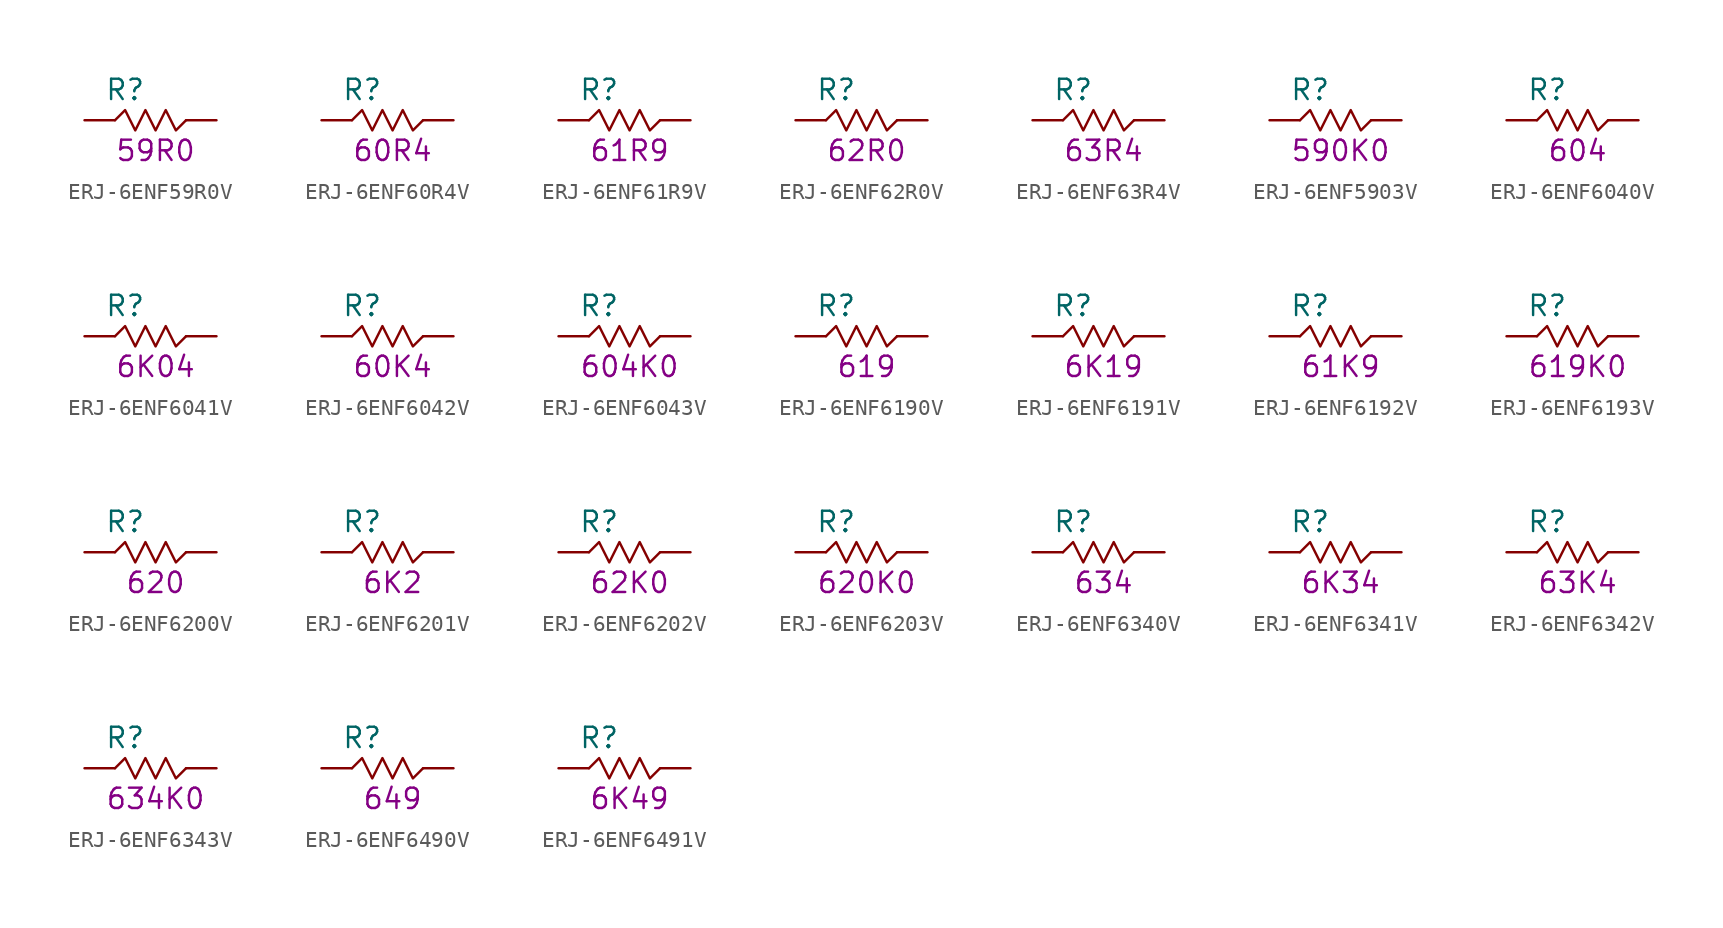
<source format=kicad_sym>
(kicad_symbol_lib
  (version 20211014)
  (generator KiCadLib_py)
  (symbol "ERJ-6ENF59R0V"
    (pin_numbers hide)
    (pin_names hide)
    (property "Reference" "R"
      (at -1.905 1.905 0)
      (effects (font (size 1.27 1.27))))
    (property "Val" "59R0"
      (at 0 -1.905 0)
      (effects (font (size 1.27 1.27))))
    (symbol "ERJ-6ENF59R0V_0_1"
      (polyline (pts (xy -2.54 0) (xy -1.905 0.635) (xy -1.27 -0.635) (xy -0.635 0.635) (xy 0 -0.635) (xy 0.635 0.635) (xy 1.27 -0.635) (xy 1.905 0)) (stroke (width 0) (type default) (color 0 0 0 0)) (fill (type none))))
    (symbol "ERJ-6ENF59R0V_1_1"
      (pin passive line (at -4.445 0 0) (length 1.905) (name "~" (effects (font (size 1.27 1.27)))) (number "1" (effects (font (size 1.27 1.27)))))
      (pin passive line (at 3.81 0 180) (length 1.905) (name "~" (effects (font (size 1.27 1.27)))) (number "2" (effects (font (size 1.27 1.27)))))))
  (symbol "ERJ-6ENF60R4V"
    (pin_numbers hide)
    (pin_names hide)
    (property "Reference" "R"
      (at -1.905 1.905 0)
      (effects (font (size 1.27 1.27))))
    (property "Val" "60R4"
      (at 0 -1.905 0)
      (effects (font (size 1.27 1.27))))
    (symbol "ERJ-6ENF60R4V_0_1"
      (polyline (pts (xy -2.54 0) (xy -1.905 0.635) (xy -1.27 -0.635) (xy -0.635 0.635) (xy 0 -0.635) (xy 0.635 0.635) (xy 1.27 -0.635) (xy 1.905 0)) (stroke (width 0) (type default) (color 0 0 0 0)) (fill (type none))))
    (symbol "ERJ-6ENF60R4V_1_1"
      (pin passive line (at -4.445 0 0) (length 1.905) (name "~" (effects (font (size 1.27 1.27)))) (number "1" (effects (font (size 1.27 1.27)))))
      (pin passive line (at 3.81 0 180) (length 1.905) (name "~" (effects (font (size 1.27 1.27)))) (number "2" (effects (font (size 1.27 1.27)))))))
  (symbol "ERJ-6ENF61R9V"
    (pin_numbers hide)
    (pin_names hide)
    (property "Reference" "R"
      (at -1.905 1.905 0)
      (effects (font (size 1.27 1.27))))
    (property "Val" "61R9"
      (at 0 -1.905 0)
      (effects (font (size 1.27 1.27))))
    (symbol "ERJ-6ENF61R9V_0_1"
      (polyline (pts (xy -2.54 0) (xy -1.905 0.635) (xy -1.27 -0.635) (xy -0.635 0.635) (xy 0 -0.635) (xy 0.635 0.635) (xy 1.27 -0.635) (xy 1.905 0)) (stroke (width 0) (type default) (color 0 0 0 0)) (fill (type none))))
    (symbol "ERJ-6ENF61R9V_1_1"
      (pin passive line (at -4.445 0 0) (length 1.905) (name "~" (effects (font (size 1.27 1.27)))) (number "1" (effects (font (size 1.27 1.27)))))
      (pin passive line (at 3.81 0 180) (length 1.905) (name "~" (effects (font (size 1.27 1.27)))) (number "2" (effects (font (size 1.27 1.27)))))))
  (symbol "ERJ-6ENF62R0V"
    (pin_numbers hide)
    (pin_names hide)
    (property "Reference" "R"
      (at -1.905 1.905 0)
      (effects (font (size 1.27 1.27))))
    (property "Val" "62R0"
      (at 0 -1.905 0)
      (effects (font (size 1.27 1.27))))
    (symbol "ERJ-6ENF62R0V_0_1"
      (polyline (pts (xy -2.54 0) (xy -1.905 0.635) (xy -1.27 -0.635) (xy -0.635 0.635) (xy 0 -0.635) (xy 0.635 0.635) (xy 1.27 -0.635) (xy 1.905 0)) (stroke (width 0) (type default) (color 0 0 0 0)) (fill (type none))))
    (symbol "ERJ-6ENF62R0V_1_1"
      (pin passive line (at -4.445 0 0) (length 1.905) (name "~" (effects (font (size 1.27 1.27)))) (number "1" (effects (font (size 1.27 1.27)))))
      (pin passive line (at 3.81 0 180) (length 1.905) (name "~" (effects (font (size 1.27 1.27)))) (number "2" (effects (font (size 1.27 1.27)))))))
  (symbol "ERJ-6ENF63R4V"
    (pin_numbers hide)
    (pin_names hide)
    (property "Reference" "R"
      (at -1.905 1.905 0)
      (effects (font (size 1.27 1.27))))
    (property "Val" "63R4"
      (at 0 -1.905 0)
      (effects (font (size 1.27 1.27))))
    (symbol "ERJ-6ENF63R4V_0_1"
      (polyline (pts (xy -2.54 0) (xy -1.905 0.635) (xy -1.27 -0.635) (xy -0.635 0.635) (xy 0 -0.635) (xy 0.635 0.635) (xy 1.27 -0.635) (xy 1.905 0)) (stroke (width 0) (type default) (color 0 0 0 0)) (fill (type none))))
    (symbol "ERJ-6ENF63R4V_1_1"
      (pin passive line (at -4.445 0 0) (length 1.905) (name "~" (effects (font (size 1.27 1.27)))) (number "1" (effects (font (size 1.27 1.27)))))
      (pin passive line (at 3.81 0 180) (length 1.905) (name "~" (effects (font (size 1.27 1.27)))) (number "2" (effects (font (size 1.27 1.27)))))))
  (symbol "ERJ-6ENF5903V"
    (pin_numbers hide)
    (pin_names hide)
    (property "Reference" "R"
      (at -1.905 1.905 0)
      (effects (font (size 1.27 1.27))))
    (property "Val" "590K0"
      (at 0 -1.905 0)
      (effects (font (size 1.27 1.27))))
    (symbol "ERJ-6ENF5903V_0_1"
      (polyline (pts (xy -2.54 0) (xy -1.905 0.635) (xy -1.27 -0.635) (xy -0.635 0.635) (xy 0 -0.635) (xy 0.635 0.635) (xy 1.27 -0.635) (xy 1.905 0)) (stroke (width 0) (type default) (color 0 0 0 0)) (fill (type none))))
    (symbol "ERJ-6ENF5903V_1_1"
      (pin passive line (at -4.445 0 0) (length 1.905) (name "~" (effects (font (size 1.27 1.27)))) (number "1" (effects (font (size 1.27 1.27)))))
      (pin passive line (at 3.81 0 180) (length 1.905) (name "~" (effects (font (size 1.27 1.27)))) (number "2" (effects (font (size 1.27 1.27)))))))
  (symbol "ERJ-6ENF6040V"
    (pin_numbers hide)
    (pin_names hide)
    (property "Reference" "R"
      (at -1.905 1.905 0)
      (effects (font (size 1.27 1.27))))
    (property "Val" "604"
      (at 0 -1.905 0)
      (effects (font (size 1.27 1.27))))
    (symbol "ERJ-6ENF6040V_0_1"
      (polyline (pts (xy -2.54 0) (xy -1.905 0.635) (xy -1.27 -0.635) (xy -0.635 0.635) (xy 0 -0.635) (xy 0.635 0.635) (xy 1.27 -0.635) (xy 1.905 0)) (stroke (width 0) (type default) (color 0 0 0 0)) (fill (type none))))
    (symbol "ERJ-6ENF6040V_1_1"
      (pin passive line (at -4.445 0 0) (length 1.905) (name "~" (effects (font (size 1.27 1.27)))) (number "1" (effects (font (size 1.27 1.27)))))
      (pin passive line (at 3.81 0 180) (length 1.905) (name "~" (effects (font (size 1.27 1.27)))) (number "2" (effects (font (size 1.27 1.27)))))))
  (symbol "ERJ-6ENF6041V"
    (pin_numbers hide)
    (pin_names hide)
    (property "Reference" "R"
      (at -1.905 1.905 0)
      (effects (font (size 1.27 1.27))))
    (property "Val" "6K04"
      (at 0 -1.905 0)
      (effects (font (size 1.27 1.27))))
    (symbol "ERJ-6ENF6041V_0_1"
      (polyline (pts (xy -2.54 0) (xy -1.905 0.635) (xy -1.27 -0.635) (xy -0.635 0.635) (xy 0 -0.635) (xy 0.635 0.635) (xy 1.27 -0.635) (xy 1.905 0)) (stroke (width 0) (type default) (color 0 0 0 0)) (fill (type none))))
    (symbol "ERJ-6ENF6041V_1_1"
      (pin passive line (at -4.445 0 0) (length 1.905) (name "~" (effects (font (size 1.27 1.27)))) (number "1" (effects (font (size 1.27 1.27)))))
      (pin passive line (at 3.81 0 180) (length 1.905) (name "~" (effects (font (size 1.27 1.27)))) (number "2" (effects (font (size 1.27 1.27)))))))
  (symbol "ERJ-6ENF6042V"
    (pin_numbers hide)
    (pin_names hide)
    (property "Reference" "R"
      (at -1.905 1.905 0)
      (effects (font (size 1.27 1.27))))
    (property "Val" "60K4"
      (at 0 -1.905 0)
      (effects (font (size 1.27 1.27))))
    (symbol "ERJ-6ENF6042V_0_1"
      (polyline (pts (xy -2.54 0) (xy -1.905 0.635) (xy -1.27 -0.635) (xy -0.635 0.635) (xy 0 -0.635) (xy 0.635 0.635) (xy 1.27 -0.635) (xy 1.905 0)) (stroke (width 0) (type default) (color 0 0 0 0)) (fill (type none))))
    (symbol "ERJ-6ENF6042V_1_1"
      (pin passive line (at -4.445 0 0) (length 1.905) (name "~" (effects (font (size 1.27 1.27)))) (number "1" (effects (font (size 1.27 1.27)))))
      (pin passive line (at 3.81 0 180) (length 1.905) (name "~" (effects (font (size 1.27 1.27)))) (number "2" (effects (font (size 1.27 1.27)))))))
  (symbol "ERJ-6ENF6043V"
    (pin_numbers hide)
    (pin_names hide)
    (property "Reference" "R"
      (at -1.905 1.905 0)
      (effects (font (size 1.27 1.27))))
    (property "Val" "604K0"
      (at 0 -1.905 0)
      (effects (font (size 1.27 1.27))))
    (symbol "ERJ-6ENF6043V_0_1"
      (polyline (pts (xy -2.54 0) (xy -1.905 0.635) (xy -1.27 -0.635) (xy -0.635 0.635) (xy 0 -0.635) (xy 0.635 0.635) (xy 1.27 -0.635) (xy 1.905 0)) (stroke (width 0) (type default) (color 0 0 0 0)) (fill (type none))))
    (symbol "ERJ-6ENF6043V_1_1"
      (pin passive line (at -4.445 0 0) (length 1.905) (name "~" (effects (font (size 1.27 1.27)))) (number "1" (effects (font (size 1.27 1.27)))))
      (pin passive line (at 3.81 0 180) (length 1.905) (name "~" (effects (font (size 1.27 1.27)))) (number "2" (effects (font (size 1.27 1.27)))))))
  (symbol "ERJ-6ENF6190V"
    (pin_numbers hide)
    (pin_names hide)
    (property "Reference" "R"
      (at -1.905 1.905 0)
      (effects (font (size 1.27 1.27))))
    (property "Val" "619"
      (at 0 -1.905 0)
      (effects (font (size 1.27 1.27))))
    (symbol "ERJ-6ENF6190V_0_1"
      (polyline (pts (xy -2.54 0) (xy -1.905 0.635) (xy -1.27 -0.635) (xy -0.635 0.635) (xy 0 -0.635) (xy 0.635 0.635) (xy 1.27 -0.635) (xy 1.905 0)) (stroke (width 0) (type default) (color 0 0 0 0)) (fill (type none))))
    (symbol "ERJ-6ENF6190V_1_1"
      (pin passive line (at -4.445 0 0) (length 1.905) (name "~" (effects (font (size 1.27 1.27)))) (number "1" (effects (font (size 1.27 1.27)))))
      (pin passive line (at 3.81 0 180) (length 1.905) (name "~" (effects (font (size 1.27 1.27)))) (number "2" (effects (font (size 1.27 1.27)))))))
  (symbol "ERJ-6ENF6191V"
    (pin_numbers hide)
    (pin_names hide)
    (property "Reference" "R"
      (at -1.905 1.905 0)
      (effects (font (size 1.27 1.27))))
    (property "Val" "6K19"
      (at 0 -1.905 0)
      (effects (font (size 1.27 1.27))))
    (symbol "ERJ-6ENF6191V_0_1"
      (polyline (pts (xy -2.54 0) (xy -1.905 0.635) (xy -1.27 -0.635) (xy -0.635 0.635) (xy 0 -0.635) (xy 0.635 0.635) (xy 1.27 -0.635) (xy 1.905 0)) (stroke (width 0) (type default) (color 0 0 0 0)) (fill (type none))))
    (symbol "ERJ-6ENF6191V_1_1"
      (pin passive line (at -4.445 0 0) (length 1.905) (name "~" (effects (font (size 1.27 1.27)))) (number "1" (effects (font (size 1.27 1.27)))))
      (pin passive line (at 3.81 0 180) (length 1.905) (name "~" (effects (font (size 1.27 1.27)))) (number "2" (effects (font (size 1.27 1.27)))))))
  (symbol "ERJ-6ENF6192V"
    (pin_numbers hide)
    (pin_names hide)
    (property "Reference" "R"
      (at -1.905 1.905 0)
      (effects (font (size 1.27 1.27))))
    (property "Val" "61K9"
      (at 0 -1.905 0)
      (effects (font (size 1.27 1.27))))
    (symbol "ERJ-6ENF6192V_0_1"
      (polyline (pts (xy -2.54 0) (xy -1.905 0.635) (xy -1.27 -0.635) (xy -0.635 0.635) (xy 0 -0.635) (xy 0.635 0.635) (xy 1.27 -0.635) (xy 1.905 0)) (stroke (width 0) (type default) (color 0 0 0 0)) (fill (type none))))
    (symbol "ERJ-6ENF6192V_1_1"
      (pin passive line (at -4.445 0 0) (length 1.905) (name "~" (effects (font (size 1.27 1.27)))) (number "1" (effects (font (size 1.27 1.27)))))
      (pin passive line (at 3.81 0 180) (length 1.905) (name "~" (effects (font (size 1.27 1.27)))) (number "2" (effects (font (size 1.27 1.27)))))))
  (symbol "ERJ-6ENF6193V"
    (pin_numbers hide)
    (pin_names hide)
    (property "Reference" "R"
      (at -1.905 1.905 0)
      (effects (font (size 1.27 1.27))))
    (property "Val" "619K0"
      (at 0 -1.905 0)
      (effects (font (size 1.27 1.27))))
    (symbol "ERJ-6ENF6193V_0_1"
      (polyline (pts (xy -2.54 0) (xy -1.905 0.635) (xy -1.27 -0.635) (xy -0.635 0.635) (xy 0 -0.635) (xy 0.635 0.635) (xy 1.27 -0.635) (xy 1.905 0)) (stroke (width 0) (type default) (color 0 0 0 0)) (fill (type none))))
    (symbol "ERJ-6ENF6193V_1_1"
      (pin passive line (at -4.445 0 0) (length 1.905) (name "~" (effects (font (size 1.27 1.27)))) (number "1" (effects (font (size 1.27 1.27)))))
      (pin passive line (at 3.81 0 180) (length 1.905) (name "~" (effects (font (size 1.27 1.27)))) (number "2" (effects (font (size 1.27 1.27)))))))
  (symbol "ERJ-6ENF6200V"
    (pin_numbers hide)
    (pin_names hide)
    (property "Reference" "R"
      (at -1.905 1.905 0)
      (effects (font (size 1.27 1.27))))
    (property "Val" "620"
      (at 0 -1.905 0)
      (effects (font (size 1.27 1.27))))
    (symbol "ERJ-6ENF6200V_0_1"
      (polyline (pts (xy -2.54 0) (xy -1.905 0.635) (xy -1.27 -0.635) (xy -0.635 0.635) (xy 0 -0.635) (xy 0.635 0.635) (xy 1.27 -0.635) (xy 1.905 0)) (stroke (width 0) (type default) (color 0 0 0 0)) (fill (type none))))
    (symbol "ERJ-6ENF6200V_1_1"
      (pin passive line (at -4.445 0 0) (length 1.905) (name "~" (effects (font (size 1.27 1.27)))) (number "1" (effects (font (size 1.27 1.27)))))
      (pin passive line (at 3.81 0 180) (length 1.905) (name "~" (effects (font (size 1.27 1.27)))) (number "2" (effects (font (size 1.27 1.27)))))))
  (symbol "ERJ-6ENF6201V"
    (pin_numbers hide)
    (pin_names hide)
    (property "Reference" "R"
      (at -1.905 1.905 0)
      (effects (font (size 1.27 1.27))))
    (property "Val" "6K2"
      (at 0 -1.905 0)
      (effects (font (size 1.27 1.27))))
    (symbol "ERJ-6ENF6201V_0_1"
      (polyline (pts (xy -2.54 0) (xy -1.905 0.635) (xy -1.27 -0.635) (xy -0.635 0.635) (xy 0 -0.635) (xy 0.635 0.635) (xy 1.27 -0.635) (xy 1.905 0)) (stroke (width 0) (type default) (color 0 0 0 0)) (fill (type none))))
    (symbol "ERJ-6ENF6201V_1_1"
      (pin passive line (at -4.445 0 0) (length 1.905) (name "~" (effects (font (size 1.27 1.27)))) (number "1" (effects (font (size 1.27 1.27)))))
      (pin passive line (at 3.81 0 180) (length 1.905) (name "~" (effects (font (size 1.27 1.27)))) (number "2" (effects (font (size 1.27 1.27)))))))
  (symbol "ERJ-6ENF6202V"
    (pin_numbers hide)
    (pin_names hide)
    (property "Reference" "R"
      (at -1.905 1.905 0)
      (effects (font (size 1.27 1.27))))
    (property "Val" "62K0"
      (at 0 -1.905 0)
      (effects (font (size 1.27 1.27))))
    (symbol "ERJ-6ENF6202V_0_1"
      (polyline (pts (xy -2.54 0) (xy -1.905 0.635) (xy -1.27 -0.635) (xy -0.635 0.635) (xy 0 -0.635) (xy 0.635 0.635) (xy 1.27 -0.635) (xy 1.905 0)) (stroke (width 0) (type default) (color 0 0 0 0)) (fill (type none))))
    (symbol "ERJ-6ENF6202V_1_1"
      (pin passive line (at -4.445 0 0) (length 1.905) (name "~" (effects (font (size 1.27 1.27)))) (number "1" (effects (font (size 1.27 1.27)))))
      (pin passive line (at 3.81 0 180) (length 1.905) (name "~" (effects (font (size 1.27 1.27)))) (number "2" (effects (font (size 1.27 1.27)))))))
  (symbol "ERJ-6ENF6203V"
    (pin_numbers hide)
    (pin_names hide)
    (property "Reference" "R"
      (at -1.905 1.905 0)
      (effects (font (size 1.27 1.27))))
    (property "Val" "620K0"
      (at 0 -1.905 0)
      (effects (font (size 1.27 1.27))))
    (symbol "ERJ-6ENF6203V_0_1"
      (polyline (pts (xy -2.54 0) (xy -1.905 0.635) (xy -1.27 -0.635) (xy -0.635 0.635) (xy 0 -0.635) (xy 0.635 0.635) (xy 1.27 -0.635) (xy 1.905 0)) (stroke (width 0) (type default) (color 0 0 0 0)) (fill (type none))))
    (symbol "ERJ-6ENF6203V_1_1"
      (pin passive line (at -4.445 0 0) (length 1.905) (name "~" (effects (font (size 1.27 1.27)))) (number "1" (effects (font (size 1.27 1.27)))))
      (pin passive line (at 3.81 0 180) (length 1.905) (name "~" (effects (font (size 1.27 1.27)))) (number "2" (effects (font (size 1.27 1.27)))))))
  (symbol "ERJ-6ENF6340V"
    (pin_numbers hide)
    (pin_names hide)
    (property "Reference" "R"
      (at -1.905 1.905 0)
      (effects (font (size 1.27 1.27))))
    (property "Val" "634"
      (at 0 -1.905 0)
      (effects (font (size 1.27 1.27))))
    (symbol "ERJ-6ENF6340V_0_1"
      (polyline (pts (xy -2.54 0) (xy -1.905 0.635) (xy -1.27 -0.635) (xy -0.635 0.635) (xy 0 -0.635) (xy 0.635 0.635) (xy 1.27 -0.635) (xy 1.905 0)) (stroke (width 0) (type default) (color 0 0 0 0)) (fill (type none))))
    (symbol "ERJ-6ENF6340V_1_1"
      (pin passive line (at -4.445 0 0) (length 1.905) (name "~" (effects (font (size 1.27 1.27)))) (number "1" (effects (font (size 1.27 1.27)))))
      (pin passive line (at 3.81 0 180) (length 1.905) (name "~" (effects (font (size 1.27 1.27)))) (number "2" (effects (font (size 1.27 1.27)))))))
  (symbol "ERJ-6ENF6341V"
    (pin_numbers hide)
    (pin_names hide)
    (property "Reference" "R"
      (at -1.905 1.905 0)
      (effects (font (size 1.27 1.27))))
    (property "Val" "6K34"
      (at 0 -1.905 0)
      (effects (font (size 1.27 1.27))))
    (symbol "ERJ-6ENF6341V_0_1"
      (polyline (pts (xy -2.54 0) (xy -1.905 0.635) (xy -1.27 -0.635) (xy -0.635 0.635) (xy 0 -0.635) (xy 0.635 0.635) (xy 1.27 -0.635) (xy 1.905 0)) (stroke (width 0) (type default) (color 0 0 0 0)) (fill (type none))))
    (symbol "ERJ-6ENF6341V_1_1"
      (pin passive line (at -4.445 0 0) (length 1.905) (name "~" (effects (font (size 1.27 1.27)))) (number "1" (effects (font (size 1.27 1.27)))))
      (pin passive line (at 3.81 0 180) (length 1.905) (name "~" (effects (font (size 1.27 1.27)))) (number "2" (effects (font (size 1.27 1.27)))))))
  (symbol "ERJ-6ENF6342V"
    (pin_numbers hide)
    (pin_names hide)
    (property "Reference" "R"
      (at -1.905 1.905 0)
      (effects (font (size 1.27 1.27))))
    (property "Val" "63K4"
      (at 0 -1.905 0)
      (effects (font (size 1.27 1.27))))
    (symbol "ERJ-6ENF6342V_0_1"
      (polyline (pts (xy -2.54 0) (xy -1.905 0.635) (xy -1.27 -0.635) (xy -0.635 0.635) (xy 0 -0.635) (xy 0.635 0.635) (xy 1.27 -0.635) (xy 1.905 0)) (stroke (width 0) (type default) (color 0 0 0 0)) (fill (type none))))
    (symbol "ERJ-6ENF6342V_1_1"
      (pin passive line (at -4.445 0 0) (length 1.905) (name "~" (effects (font (size 1.27 1.27)))) (number "1" (effects (font (size 1.27 1.27)))))
      (pin passive line (at 3.81 0 180) (length 1.905) (name "~" (effects (font (size 1.27 1.27)))) (number "2" (effects (font (size 1.27 1.27)))))))
  (symbol "ERJ-6ENF6343V"
    (pin_numbers hide)
    (pin_names hide)
    (property "Reference" "R"
      (at -1.905 1.905 0)
      (effects (font (size 1.27 1.27))))
    (property "Val" "634K0"
      (at 0 -1.905 0)
      (effects (font (size 1.27 1.27))))
    (symbol "ERJ-6ENF6343V_0_1"
      (polyline (pts (xy -2.54 0) (xy -1.905 0.635) (xy -1.27 -0.635) (xy -0.635 0.635) (xy 0 -0.635) (xy 0.635 0.635) (xy 1.27 -0.635) (xy 1.905 0)) (stroke (width 0) (type default) (color 0 0 0 0)) (fill (type none))))
    (symbol "ERJ-6ENF6343V_1_1"
      (pin passive line (at -4.445 0 0) (length 1.905) (name "~" (effects (font (size 1.27 1.27)))) (number "1" (effects (font (size 1.27 1.27)))))
      (pin passive line (at 3.81 0 180) (length 1.905) (name "~" (effects (font (size 1.27 1.27)))) (number "2" (effects (font (size 1.27 1.27)))))))
  (symbol "ERJ-6ENF6490V"
    (pin_numbers hide)
    (pin_names hide)
    (property "Reference" "R"
      (at -1.905 1.905 0)
      (effects (font (size 1.27 1.27))))
    (property "Val" "649"
      (at 0 -1.905 0)
      (effects (font (size 1.27 1.27))))
    (symbol "ERJ-6ENF6490V_0_1"
      (polyline (pts (xy -2.54 0) (xy -1.905 0.635) (xy -1.27 -0.635) (xy -0.635 0.635) (xy 0 -0.635) (xy 0.635 0.635) (xy 1.27 -0.635) (xy 1.905 0)) (stroke (width 0) (type default) (color 0 0 0 0)) (fill (type none))))
    (symbol "ERJ-6ENF6490V_1_1"
      (pin passive line (at -4.445 0 0) (length 1.905) (name "~" (effects (font (size 1.27 1.27)))) (number "1" (effects (font (size 1.27 1.27)))))
      (pin passive line (at 3.81 0 180) (length 1.905) (name "~" (effects (font (size 1.27 1.27)))) (number "2" (effects (font (size 1.27 1.27)))))))
  (symbol "ERJ-6ENF6491V"
    (pin_numbers hide)
    (pin_names hide)
    (property "Reference" "R"
      (at -1.905 1.905 0)
      (effects (font (size 1.27 1.27))))
    (property "Val" "6K49"
      (at 0 -1.905 0)
      (effects (font (size 1.27 1.27))))
    (symbol "ERJ-6ENF6491V_0_1"
      (polyline (pts (xy -2.54 0) (xy -1.905 0.635) (xy -1.27 -0.635) (xy -0.635 0.635) (xy 0 -0.635) (xy 0.635 0.635) (xy 1.27 -0.635) (xy 1.905 0)) (stroke (width 0) (type default) (color 0 0 0 0)) (fill (type none))))
    (symbol "ERJ-6ENF6491V_1_1"
      (pin passive line (at -4.445 0 0) (length 1.905) (name "~" (effects (font (size 1.27 1.27)))) (number "1" (effects (font (size 1.27 1.27)))))
      (pin passive line (at 3.81 0 180) (length 1.905) (name "~" (effects (font (size 1.27 1.27)))) (number "2" (effects (font (size 1.27 1.27))))))))
</source>
